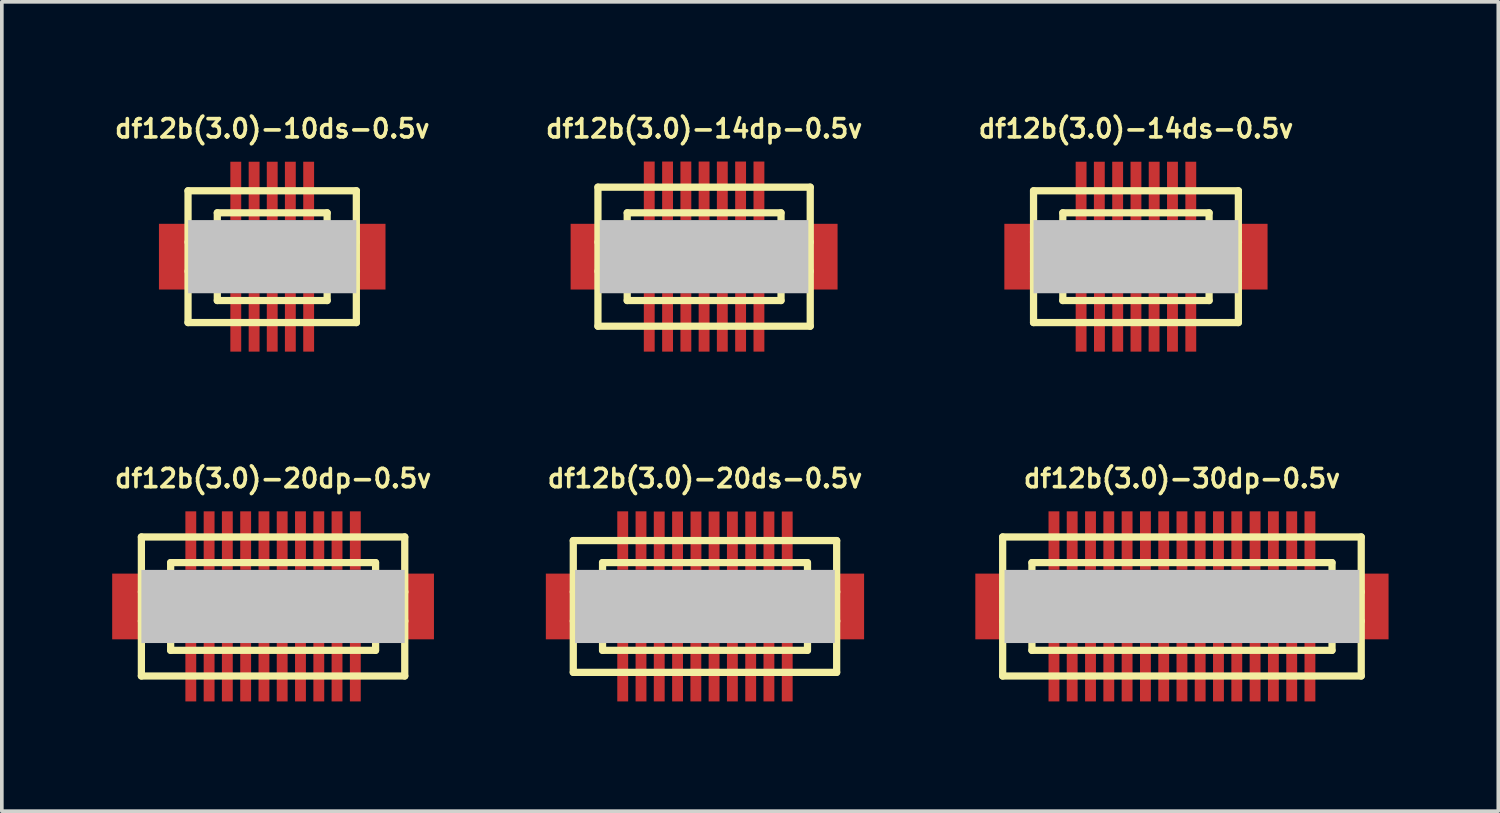
<source format=kicad_pcb>
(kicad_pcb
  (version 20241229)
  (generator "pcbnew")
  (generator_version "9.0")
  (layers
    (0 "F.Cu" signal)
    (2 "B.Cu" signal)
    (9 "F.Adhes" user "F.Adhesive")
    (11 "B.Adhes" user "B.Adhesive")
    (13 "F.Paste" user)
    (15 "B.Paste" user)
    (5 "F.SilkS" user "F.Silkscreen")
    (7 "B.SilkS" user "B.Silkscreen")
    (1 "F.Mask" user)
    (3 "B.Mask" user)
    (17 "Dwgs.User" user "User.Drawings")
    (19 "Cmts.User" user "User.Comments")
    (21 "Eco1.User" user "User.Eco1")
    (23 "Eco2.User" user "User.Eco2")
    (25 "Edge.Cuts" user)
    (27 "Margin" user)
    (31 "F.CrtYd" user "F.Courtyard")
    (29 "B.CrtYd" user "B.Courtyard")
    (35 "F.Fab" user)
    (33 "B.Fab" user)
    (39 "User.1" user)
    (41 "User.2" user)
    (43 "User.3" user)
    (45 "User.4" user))
  (footprint "df12b(3.0)-14dp-0.5v"
    (layer "F.Cu")
    (at 16.193 3.965)
    (property "Reference" "df12b(3.0)-14dp-0.5v" (at 0 -3.5 0) (layer "F.SilkS") (effects (font (size 0.498 0.498) (thickness 0.099))))
    (attr smd)
    (fp_line (start -2.901 -1.9) (end -2.901 1.9) (stroke (width 0.198) (type solid)) (layer "F.SilkS"))
    (fp_line (start -2.901 -1.9) (end 2.901 -1.9) (stroke (width 0.198) (type solid)) (layer "F.SilkS"))
    (fp_line (start -2.101 -0.399) (end -2.901 -0.399) (stroke (width 0.198) (type solid)) (layer "F.SilkS"))
    (fp_line (start -2.101 0.399) (end -2.901 0.399) (stroke (width 0.198) (type solid)) (layer "F.SilkS"))
    (fp_line (start -2.101 1.199) (end -2.101 -1.199) (stroke (width 0.198) (type solid)) (layer "F.SilkS"))
    (fp_line (start -2.101 1.199) (end 2.101 1.199) (stroke (width 0.198) (type solid)) (layer "F.SilkS"))
    (fp_line (start 2.101 -1.199) (end -2.101 -1.199) (stroke (width 0.198) (type solid)) (layer "F.SilkS"))
    (fp_line (start 2.103 -1.199) (end 2.103 1.199) (stroke (width 0.198) (type solid)) (layer "F.SilkS"))
    (fp_line (start 2.103 -0.399) (end 2.903 -0.399) (stroke (width 0.198) (type solid)) (layer "F.SilkS"))
    (fp_line (start 2.901 1.9) (end -2.901 1.9) (stroke (width 0.198) (type solid)) (layer "F.SilkS"))
    (fp_line (start 2.901 1.9) (end 2.901 -1.9) (stroke (width 0.198) (type solid)) (layer "F.SilkS"))
    (fp_line (start 2.903 0.399) (end 2.103 0.399) (stroke (width 0.198) (type solid)) (layer "F.SilkS"))
    (pad "" smd rect (at -3.249 0) (size 0.798 1.796) (layers "F.Cu" "F.Mask" "F.Paste"))
    (pad "" smd rect (at 0 0) (size 5.7 1.999) (layers "Dwgs.User"))
    (pad "" smd rect (at 3.249 0) (size 0.798 1.796) (layers "F.Cu" "F.Mask" "F.Paste"))
    (pad "1" smd rect (at 1.499 1.796) (size 0.297 1.598) (layers "F.Cu" "F.Mask" "F.Paste"))
    (pad "2" smd rect (at 0.998 1.796) (size 0.297 1.598) (layers "F.Cu" "F.Mask" "F.Paste"))
    (pad "3" smd rect (at 0.498 1.796) (size 0.297 1.598) (layers "F.Cu" "F.Mask" "F.Paste"))
    (pad "4" smd rect (at 0 1.796) (size 0.297 1.598) (layers "F.Cu" "F.Mask" "F.Paste"))
    (pad "5" smd rect (at -0.498 1.796) (size 0.297 1.598) (layers "F.Cu" "F.Mask" "F.Paste"))
    (pad "6" smd rect (at -0.998 1.796) (size 0.297 1.598) (layers "F.Cu" "F.Mask" "F.Paste"))
    (pad "7" smd rect (at -1.499 1.796) (size 0.297 1.598) (layers "F.Cu" "F.Mask" "F.Paste"))
    (pad "8" smd rect (at -1.499 -1.801) (size 0.297 1.598) (layers "F.Cu" "F.Mask" "F.Paste"))
    (pad "9" smd rect (at -0.998 -1.801) (size 0.297 1.598) (layers "F.Cu" "F.Mask" "F.Paste"))
    (pad "10" smd rect (at -0.498 -1.801) (size 0.297 1.598) (layers "F.Cu" "F.Mask" "F.Paste"))
    (pad "11" smd rect (at 0 -1.801) (size 0.297 1.598) (layers "F.Cu" "F.Mask" "F.Paste"))
    (pad "12" smd rect (at 0.498 -1.801) (size 0.297 1.598) (layers "F.Cu" "F.Mask" "F.Paste"))
    (pad "13" smd rect (at 0.998 -1.801) (size 0.297 1.598) (layers "F.Cu" "F.Mask" "F.Paste"))
    (pad "14" smd rect (at 1.499 -1.801) (size 0.297 1.598) (layers "F.Cu" "F.Mask" "F.Paste")))
  (footprint "df12b(3.0)-20ds-0.5v"
    (layer "F.Cu")
    (at 16.217 13.525)
    (property "Reference" "df12b(3.0)-20ds-0.5v" (at 0 -3.5 0) (layer "F.SilkS") (effects (font (size 0.498 0.498) (thickness 0.099))))
    (attr smd)
    (fp_line (start -3.599 1.801) (end -3.599 -1.801) (stroke (width 0.198) (type solid)) (layer "F.SilkS"))
    (fp_line (start -3.599 1.801) (end 3.599 1.801) (stroke (width 0.198) (type solid)) (layer "F.SilkS"))
    (fp_line (start -2.799 -1.199) (end 2.799 -1.199) (stroke (width 0.198) (type solid)) (layer "F.SilkS"))
    (fp_line (start -2.799 -0.399) (end -3.599 -0.399) (stroke (width 0.198) (type solid)) (layer "F.SilkS"))
    (fp_line (start -2.799 0.399) (end -3.599 0.399) (stroke (width 0.198) (type solid)) (layer "F.SilkS"))
    (fp_line (start -2.799 0.701) (end 2.799 0.701) (stroke (width 0.198) (type solid)) (layer "F.SilkS"))
    (fp_line (start -2.799 1.199) (end -2.799 -1.199) (stroke (width 0.198) (type solid)) (layer "F.SilkS"))
    (fp_line (start 2.799 -0.701) (end -2.799 -0.701) (stroke (width 0.198) (type solid)) (layer "F.SilkS"))
    (fp_line (start 2.799 1.199) (end -2.799 1.199) (stroke (width 0.198) (type solid)) (layer "F.SilkS"))
    (fp_line (start 2.802 -1.199) (end 2.802 1.199) (stroke (width 0.198) (type solid)) (layer "F.SilkS"))
    (fp_line (start 2.802 -0.399) (end 3.602 -0.399) (stroke (width 0.198) (type solid)) (layer "F.SilkS"))
    (fp_line (start 3.599 -1.801) (end -3.599 -1.801) (stroke (width 0.198) (type solid)) (layer "F.SilkS"))
    (fp_line (start 3.599 -1.801) (end 3.599 1.801) (stroke (width 0.198) (type solid)) (layer "F.SilkS"))
    (fp_line (start 3.602 0.399) (end 2.802 0.399) (stroke (width 0.198) (type solid)) (layer "F.SilkS"))
    (pad "" smd rect (at -3.95 0) (size 0.798 1.796) (layers "F.Cu" "F.Mask" "F.Paste"))
    (pad "" smd rect (at 0 0) (size 7.099 1.999) (layers "Dwgs.User"))
    (pad "" smd rect (at 3.95 0) (size 0.798 1.796) (layers "F.Cu" "F.Mask" "F.Paste"))
    (pad "1" smd rect (at -2.248 1.796) (size 0.297 1.598) (layers "F.Cu" "F.Mask" "F.Paste"))
    (pad "2" smd rect (at -1.748 1.796) (size 0.297 1.598) (layers "F.Cu" "F.Mask" "F.Paste"))
    (pad "3" smd rect (at -1.25 1.796) (size 0.297 1.598) (layers "F.Cu" "F.Mask" "F.Paste"))
    (pad "4" smd rect (at -0.749 1.796) (size 0.297 1.598) (layers "F.Cu" "F.Mask" "F.Paste"))
    (pad "5" smd rect (at -0.249 1.796) (size 0.297 1.598) (layers "F.Cu" "F.Mask" "F.Paste"))
    (pad "6" smd rect (at 0.249 1.796) (size 0.297 1.598) (layers "F.Cu" "F.Mask" "F.Paste"))
    (pad "7" smd rect (at 0.749 1.796) (size 0.297 1.598) (layers "F.Cu" "F.Mask" "F.Paste"))
    (pad "8" smd rect (at 1.25 1.796) (size 0.297 1.598) (layers "F.Cu" "F.Mask" "F.Paste"))
    (pad "9" smd rect (at 1.748 1.796) (size 0.297 1.598) (layers "F.Cu" "F.Mask" "F.Paste"))
    (pad "10" smd rect (at 2.248 1.796) (size 0.297 1.598) (layers "F.Cu" "F.Mask" "F.Paste"))
    (pad "11" smd rect (at 2.248 -1.796) (size 0.297 1.598) (layers "F.Cu" "F.Mask" "F.Paste"))
    (pad "12" smd rect (at 1.748 -1.796) (size 0.297 1.598) (layers "F.Cu" "F.Mask" "F.Paste"))
    (pad "13" smd rect (at 1.25 -1.796) (size 0.297 1.598) (layers "F.Cu" "F.Mask" "F.Paste"))
    (pad "14" smd rect (at 0.749 -1.796) (size 0.297 1.598) (layers "F.Cu" "F.Mask" "F.Paste"))
    (pad "15" smd rect (at 0.249 -1.796) (size 0.297 1.598) (layers "F.Cu" "F.Mask" "F.Paste"))
    (pad "16" smd rect (at -0.246 -1.796) (size 0.297 1.598) (layers "F.Cu" "F.Mask" "F.Paste"))
    (pad "17" smd rect (at -0.749 -1.796) (size 0.297 1.598) (layers "F.Cu" "F.Mask" "F.Paste"))
    (pad "18" smd rect (at -1.25 -1.796) (size 0.297 1.598) (layers "F.Cu" "F.Mask" "F.Paste"))
    (pad "19" smd rect (at -1.748 -1.801) (size 0.297 1.598) (layers "F.Cu" "F.Mask" "F.Paste"))
    (pad "20" smd rect (at -2.248 -1.801) (size 0.297 1.598) (layers "F.Cu" "F.Mask" "F.Paste")))
  (footprint "df12b(3.0)-20dp-0.5v"
    (layer "F.Cu")
    (at 4.413 13.525)
    (property "Reference" "df12b(3.0)-20dp-0.5v" (at 0 -3.5 0) (layer "F.SilkS") (effects (font (size 0.498 0.498) (thickness 0.099))))
    (attr smd)
    (fp_line (start -3.599 -1.9) (end -3.599 1.9) (stroke (width 0.198) (type solid)) (layer "F.SilkS"))
    (fp_line (start -3.599 -1.9) (end 3.599 -1.9) (stroke (width 0.198) (type solid)) (layer "F.SilkS"))
    (fp_line (start -2.799 -0.399) (end -3.599 -0.399) (stroke (width 0.198) (type solid)) (layer "F.SilkS"))
    (fp_line (start -2.799 0.399) (end -3.599 0.399) (stroke (width 0.198) (type solid)) (layer "F.SilkS"))
    (fp_line (start -2.799 1.199) (end -2.799 -1.199) (stroke (width 0.198) (type solid)) (layer "F.SilkS"))
    (fp_line (start -2.799 1.199) (end 2.799 1.199) (stroke (width 0.198) (type solid)) (layer "F.SilkS"))
    (fp_line (start 2.799 -1.199) (end -2.799 -1.199) (stroke (width 0.198) (type solid)) (layer "F.SilkS"))
    (fp_line (start 2.802 -1.199) (end 2.802 1.199) (stroke (width 0.198) (type solid)) (layer "F.SilkS"))
    (fp_line (start 2.802 -0.399) (end 3.602 -0.399) (stroke (width 0.198) (type solid)) (layer "F.SilkS"))
    (fp_line (start 3.599 1.9) (end -3.599 1.9) (stroke (width 0.198) (type solid)) (layer "F.SilkS"))
    (fp_line (start 3.599 1.9) (end 3.599 -1.9) (stroke (width 0.198) (type solid)) (layer "F.SilkS"))
    (fp_line (start 3.602 0.399) (end 2.802 0.399) (stroke (width 0.198) (type solid)) (layer "F.SilkS"))
    (pad "" smd rect (at -3.998 0) (size 0.798 1.796) (layers "F.Cu" "F.Mask" "F.Paste"))
    (pad "" smd rect (at 0 0) (size 7.198 1.999) (layers "Dwgs.User"))
    (pad "" smd rect (at 3.998 0) (size 0.798 1.796) (layers "F.Cu" "F.Mask" "F.Paste"))
    (pad "1" smd rect (at 2.248 1.796) (size 0.297 1.598) (layers "F.Cu" "F.Mask" "F.Paste"))
    (pad "2" smd rect (at 1.748 1.796) (size 0.297 1.598) (layers "F.Cu" "F.Mask" "F.Paste"))
    (pad "3" smd rect (at 1.25 1.796) (size 0.297 1.598) (layers "F.Cu" "F.Mask" "F.Paste"))
    (pad "4" smd rect (at 0.749 1.796) (size 0.297 1.598) (layers "F.Cu" "F.Mask" "F.Paste"))
    (pad "5" smd rect (at 0.249 1.796) (size 0.297 1.598) (layers "F.Cu" "F.Mask" "F.Paste"))
    (pad "6" smd rect (at -0.249 1.796) (size 0.297 1.598) (layers "F.Cu" "F.Mask" "F.Paste"))
    (pad "7" smd rect (at -0.749 1.796) (size 0.297 1.598) (layers "F.Cu" "F.Mask" "F.Paste"))
    (pad "8" smd rect (at -1.25 1.796) (size 0.297 1.598) (layers "F.Cu" "F.Mask" "F.Paste"))
    (pad "9" smd rect (at -1.748 1.796) (size 0.297 1.598) (layers "F.Cu" "F.Mask" "F.Paste"))
    (pad "10" smd rect (at -2.248 1.796) (size 0.297 1.598) (layers "F.Cu" "F.Mask" "F.Paste"))
    (pad "11" smd rect (at -2.248 -1.801) (size 0.297 1.598) (layers "F.Cu" "F.Mask" "F.Paste"))
    (pad "12" smd rect (at -1.748 -1.801) (size 0.297 1.598) (layers "F.Cu" "F.Mask" "F.Paste"))
    (pad "13" smd rect (at -1.25 -1.801) (size 0.297 1.598) (layers "F.Cu" "F.Mask" "F.Paste"))
    (pad "14" smd rect (at -0.749 -1.801) (size 0.297 1.598) (layers "F.Cu" "F.Mask" "F.Paste"))
    (pad "15" smd rect (at -0.249 -1.801) (size 0.297 1.598) (layers "F.Cu" "F.Mask" "F.Paste"))
    (pad "16" smd rect (at 0.249 -1.801) (size 0.297 1.598) (layers "F.Cu" "F.Mask" "F.Paste"))
    (pad "17" smd rect (at 0.749 -1.801) (size 0.297 1.598) (layers "F.Cu" "F.Mask" "F.Paste"))
    (pad "18" smd rect (at 1.25 -1.801) (size 0.297 1.598) (layers "F.Cu" "F.Mask" "F.Paste"))
    (pad "19" smd rect (at 1.748 -1.801) (size 0.297 1.598) (layers "F.Cu" "F.Mask" "F.Paste"))
    (pad "20" smd rect (at 2.248 -1.801) (size 0.297 1.598) (layers "F.Cu" "F.Mask" "F.Paste")))
  (footprint "df12b(3.0)-30dp-0.5v"
    (layer "F.Cu")
    (at 29.253 13.525)
    (property "Reference" "df12b(3.0)-30dp-0.5v" (at 0 -3.5 0) (layer "F.SilkS") (effects (font (size 0.498 0.498) (thickness 0.099))))
    (attr smd)
    (fp_line (start -4.9 -1.9) (end -4.9 1.9) (stroke (width 0.198) (type solid)) (layer "F.SilkS"))
    (fp_line (start -4.9 -1.9) (end 4.9 -1.9) (stroke (width 0.198) (type solid)) (layer "F.SilkS"))
    (fp_line (start -4.1 -0.399) (end -4.9 -0.399) (stroke (width 0.198) (type solid)) (layer "F.SilkS"))
    (fp_line (start -4.1 0.399) (end -4.9 0.399) (stroke (width 0.198) (type solid)) (layer "F.SilkS"))
    (fp_line (start -4.1 1.199) (end -4.1 -1.199) (stroke (width 0.198) (type solid)) (layer "F.SilkS"))
    (fp_line (start -4.1 1.199) (end 4.1 1.199) (stroke (width 0.198) (type solid)) (layer "F.SilkS"))
    (fp_line (start 4.1 -1.199) (end -4.1 -1.199) (stroke (width 0.198) (type solid)) (layer "F.SilkS"))
    (fp_line (start 4.102 -1.199) (end 4.102 1.199) (stroke (width 0.198) (type solid)) (layer "F.SilkS"))
    (fp_line (start 4.102 -0.399) (end 4.902 -0.399) (stroke (width 0.198) (type solid)) (layer "F.SilkS"))
    (fp_line (start 4.9 1.9) (end -4.9 1.9) (stroke (width 0.198) (type solid)) (layer "F.SilkS"))
    (fp_line (start 4.9 1.9) (end 4.9 -1.9) (stroke (width 0.198) (type solid)) (layer "F.SilkS"))
    (fp_line (start 4.902 0.399) (end 4.102 0.399) (stroke (width 0.198) (type solid)) (layer "F.SilkS"))
    (pad "" smd rect (at -5.248 0) (size 0.798 1.796) (layers "F.Cu" "F.Mask" "F.Paste"))
    (pad "" smd rect (at 0 0) (size 9.698 1.999) (layers "Dwgs.User"))
    (pad "" smd rect (at 5.248 0) (size 0.798 1.796) (layers "F.Cu" "F.Mask" "F.Paste"))
    (pad "1" smd rect (at 3.498 1.796) (size 0.297 1.598) (layers "F.Cu" "F.Mask" "F.Paste"))
    (pad "2" smd rect (at 3 1.796) (size 0.297 1.598) (layers "F.Cu" "F.Mask" "F.Paste"))
    (pad "3" smd rect (at 2.499 1.796) (size 0.297 1.598) (layers "F.Cu" "F.Mask" "F.Paste"))
    (pad "4" smd rect (at 1.999 1.796) (size 0.297 1.598) (layers "F.Cu" "F.Mask" "F.Paste"))
    (pad "5" smd rect (at 1.499 1.796) (size 0.297 1.598) (layers "F.Cu" "F.Mask" "F.Paste"))
    (pad "6" smd rect (at 0.998 1.796) (size 0.297 1.598) (layers "F.Cu" "F.Mask" "F.Paste"))
    (pad "7" smd rect (at 0.498 1.796) (size 0.297 1.598) (layers "F.Cu" "F.Mask" "F.Paste"))
    (pad "8" smd rect (at 0 1.796) (size 0.297 1.598) (layers "F.Cu" "F.Mask" "F.Paste"))
    (pad "9" smd rect (at -0.498 1.796) (size 0.297 1.598) (layers "F.Cu" "F.Mask" "F.Paste"))
    (pad "10" smd rect (at -0.998 1.796) (size 0.297 1.598) (layers "F.Cu" "F.Mask" "F.Paste"))
    (pad "11" smd rect (at -1.499 1.796) (size 0.297 1.598) (layers "F.Cu" "F.Mask" "F.Paste"))
    (pad "12" smd rect (at -1.999 1.796) (size 0.297 1.598) (layers "F.Cu" "F.Mask" "F.Paste"))
    (pad "13" smd rect (at -2.499 1.796) (size 0.297 1.598) (layers "F.Cu" "F.Mask" "F.Paste"))
    (pad "14" smd rect (at -3 1.796) (size 0.297 1.598) (layers "F.Cu" "F.Mask" "F.Paste"))
    (pad "15" smd rect (at -3.498 1.796) (size 0.297 1.598) (layers "F.Cu" "F.Mask" "F.Paste"))
    (pad "16" smd rect (at -3.498 -1.801) (size 0.297 1.598) (layers "F.Cu" "F.Mask" "F.Paste"))
    (pad "17" smd rect (at -3 -1.801) (size 0.297 1.598) (layers "F.Cu" "F.Mask" "F.Paste"))
    (pad "18" smd rect (at -2.499 -1.801) (size 0.297 1.598) (layers "F.Cu" "F.Mask" "F.Paste"))
    (pad "19" smd rect (at -1.999 -1.801) (size 0.297 1.598) (layers "F.Cu" "F.Mask" "F.Paste"))
    (pad "20" smd rect (at -1.499 -1.801) (size 0.297 1.598) (layers "F.Cu" "F.Mask" "F.Paste"))
    (pad "21" smd rect (at -0.998 -1.801) (size 0.297 1.598) (layers "F.Cu" "F.Mask" "F.Paste"))
    (pad "22" smd rect (at -0.498 -1.801) (size 0.297 1.598) (layers "F.Cu" "F.Mask" "F.Paste"))
    (pad "23" smd rect (at 0 -1.801) (size 0.297 1.598) (layers "F.Cu" "F.Mask" "F.Paste"))
    (pad "24" smd rect (at 0.498 -1.801) (size 0.297 1.598) (layers "F.Cu" "F.Mask" "F.Paste"))
    (pad "25" smd rect (at 0.998 -1.801) (size 0.297 1.598) (layers "F.Cu" "F.Mask" "F.Paste"))
    (pad "26" smd rect (at 1.499 -1.801) (size 0.297 1.598) (layers "F.Cu" "F.Mask" "F.Paste"))
    (pad "27" smd rect (at 1.999 -1.801) (size 0.297 1.598) (layers "F.Cu" "F.Mask" "F.Paste"))
    (pad "28" smd rect (at 2.499 -1.801) (size 0.297 1.598) (layers "F.Cu" "F.Mask" "F.Paste"))
    (pad "29" smd rect (at 3 -1.801) (size 0.297 1.598) (layers "F.Cu" "F.Mask" "F.Paste"))
    (pad "30" smd rect (at 3.498 -1.801) (size 0.297 1.598) (layers "F.Cu" "F.Mask" "F.Paste")))
  (footprint "df12b(3.0)-10ds-0.5v"
    (layer "F.Cu")
    (at 4.39 3.965)
    (property "Reference" "df12b(3.0)-10ds-0.5v" (at 0 -3.5 0) (layer "F.SilkS") (effects (font (size 0.498 0.498) (thickness 0.099))))
    (attr smd)
    (fp_line (start -2.301 -1.801) (end 2.301 -1.801) (stroke (width 0.198) (type solid)) (layer "F.SilkS"))
    (fp_line (start -2.301 1.801) (end -2.301 -1.801) (stroke (width 0.198) (type solid)) (layer "F.SilkS"))
    (fp_line (start -1.501 -1.199) (end 1.501 -1.199) (stroke (width 0.198) (type solid)) (layer "F.SilkS"))
    (fp_line (start -1.501 -0.701) (end 1.501 -0.701) (stroke (width 0.198) (type solid)) (layer "F.SilkS"))
    (fp_line (start -1.501 -0.399) (end -2.301 -0.399) (stroke (width 0.198) (type solid)) (layer "F.SilkS"))
    (fp_line (start -1.501 0.399) (end -2.301 0.399) (stroke (width 0.198) (type solid)) (layer "F.SilkS"))
    (fp_line (start -1.501 1.199) (end -1.501 -1.199) (stroke (width 0.198) (type solid)) (layer "F.SilkS"))
    (fp_line (start 1.501 -1.199) (end 1.501 1.199) (stroke (width 0.198) (type solid)) (layer "F.SilkS"))
    (fp_line (start 1.501 -0.399) (end 2.301 -0.399) (stroke (width 0.198) (type solid)) (layer "F.SilkS"))
    (fp_line (start 1.501 0.701) (end -1.501 0.701) (stroke (width 0.198) (type solid)) (layer "F.SilkS"))
    (fp_line (start 1.501 1.199) (end -1.501 1.199) (stroke (width 0.198) (type solid)) (layer "F.SilkS"))
    (fp_line (start 2.299 -1.801) (end 2.299 1.801) (stroke (width 0.198) (type solid)) (layer "F.SilkS"))
    (fp_line (start 2.301 0.399) (end 1.501 0.399) (stroke (width 0.198) (type solid)) (layer "F.SilkS"))
    (fp_line (start 2.301 1.801) (end -2.301 1.801) (stroke (width 0.198) (type solid)) (layer "F.SilkS"))
    (pad "" smd rect (at -2.697 0) (size 0.798 1.796) (layers "F.Cu" "F.Mask" "F.Paste"))
    (pad "" smd rect (at 0 0) (size 4.597 1.999) (layers "Dwgs.User"))
    (pad "" smd rect (at 2.697 0) (size 0.798 1.796) (layers "F.Cu" "F.Mask" "F.Paste"))
    (pad "1" smd rect (at -0.996 1.796) (size 0.297 1.598) (layers "F.Cu" "F.Mask" "F.Paste"))
    (pad "2" smd rect (at -0.495 1.796) (size 0.297 1.598) (layers "F.Cu" "F.Mask" "F.Paste"))
    (pad "3" smd rect (at 0 1.796) (size 0.297 1.598) (layers "F.Cu" "F.Mask" "F.Paste"))
    (pad "4" smd rect (at 0.495 1.796) (size 0.297 1.598) (layers "F.Cu" "F.Mask" "F.Paste"))
    (pad "5" smd rect (at 0.996 1.796) (size 0.297 1.598) (layers "F.Cu" "F.Mask" "F.Paste"))
    (pad "6" smd rect (at 0.996 -1.796) (size 0.297 1.598) (layers "F.Cu" "F.Mask" "F.Paste"))
    (pad "7" smd rect (at 0.495 -1.796) (size 0.297 1.598) (layers "F.Cu" "F.Mask" "F.Paste"))
    (pad "8" smd rect (at 0 -1.796) (size 0.297 1.598) (layers "F.Cu" "F.Mask" "F.Paste"))
    (pad "9" smd rect (at -0.495 -1.796) (size 0.297 1.598) (layers "F.Cu" "F.Mask" "F.Paste"))
    (pad "10" smd rect (at -0.996 -1.796) (size 0.297 1.598) (layers "F.Cu" "F.Mask" "F.Paste")))
  (footprint "df12b(3.0)-14ds-0.5v"
    (layer "F.Cu")
    (at 27.996 3.965)
    (property "Reference" "df12b(3.0)-14ds-0.5v" (at 0 -3.5 0) (layer "F.SilkS") (effects (font (size 0.498 0.498) (thickness 0.099))))
    (attr smd)
    (fp_line (start -2.799 -1.801) (end 2.799 -1.801) (stroke (width 0.198) (type solid)) (layer "F.SilkS"))
    (fp_line (start -2.799 1.801) (end -2.799 -1.801) (stroke (width 0.198) (type solid)) (layer "F.SilkS"))
    (fp_line (start -1.999 -0.701) (end 1.999 -0.701) (stroke (width 0.198) (type solid)) (layer "F.SilkS"))
    (fp_line (start -1.999 -0.399) (end -2.799 -0.399) (stroke (width 0.198) (type solid)) (layer "F.SilkS"))
    (fp_line (start -1.999 0.399) (end -2.799 0.399) (stroke (width 0.198) (type solid)) (layer "F.SilkS"))
    (fp_line (start -1.999 1.199) (end -1.999 -1.199) (stroke (width 0.198) (type solid)) (layer "F.SilkS"))
    (fp_line (start -1.999 1.199) (end 1.999 1.199) (stroke (width 0.198) (type solid)) (layer "F.SilkS"))
    (fp_line (start 1.999 -1.199) (end -1.999 -1.199) (stroke (width 0.198) (type solid)) (layer "F.SilkS"))
    (fp_line (start 1.999 -1.199) (end 1.999 1.199) (stroke (width 0.198) (type solid)) (layer "F.SilkS"))
    (fp_line (start 1.999 0.701) (end -1.999 0.701) (stroke (width 0.198) (type solid)) (layer "F.SilkS"))
    (fp_line (start 2.002 -0.399) (end 2.802 -0.399) (stroke (width 0.198) (type solid)) (layer "F.SilkS"))
    (fp_line (start 2.799 -1.801) (end 2.799 1.801) (stroke (width 0.198) (type solid)) (layer "F.SilkS"))
    (fp_line (start 2.799 1.801) (end -2.799 1.801) (stroke (width 0.198) (type solid)) (layer "F.SilkS"))
    (fp_line (start 2.802 0.399) (end 2.002 0.399) (stroke (width 0.198) (type solid)) (layer "F.SilkS"))
    (pad "" smd rect (at -3.198 0) (size 0.798 1.796) (layers "F.Cu" "F.Mask" "F.Paste"))
    (pad "" smd rect (at 0 0) (size 5.598 1.999) (layers "Dwgs.User"))
    (pad "" smd rect (at 3.198 0) (size 0.798 1.796) (layers "F.Cu" "F.Mask" "F.Paste"))
    (pad "1" smd rect (at -1.499 1.796) (size 0.297 1.598) (layers "F.Cu" "F.Mask" "F.Paste"))
    (pad "2" smd rect (at -0.998 1.796) (size 0.297 1.598) (layers "F.Cu" "F.Mask" "F.Paste"))
    (pad "3" smd rect (at -0.498 1.796) (size 0.297 1.598) (layers "F.Cu" "F.Mask" "F.Paste"))
    (pad "4" smd rect (at 0 1.796) (size 0.297 1.598) (layers "F.Cu" "F.Mask" "F.Paste"))
    (pad "5" smd rect (at 0.495 1.796) (size 0.297 1.598) (layers "F.Cu" "F.Mask" "F.Paste"))
    (pad "6" smd rect (at 0.998 1.796) (size 0.297 1.598) (layers "F.Cu" "F.Mask" "F.Paste"))
    (pad "7" smd rect (at 1.499 1.796) (size 0.297 1.598) (layers "F.Cu" "F.Mask" "F.Paste"))
    (pad "8" smd rect (at 1.499 -1.796) (size 0.297 1.598) (layers "F.Cu" "F.Mask" "F.Paste"))
    (pad "9" smd rect (at 0.998 -1.796) (size 0.297 1.598) (layers "F.Cu" "F.Mask" "F.Paste"))
    (pad "10" smd rect (at 0.498 -1.796) (size 0.297 1.598) (layers "F.Cu" "F.Mask" "F.Paste"))
    (pad "11" smd rect (at 0 -1.796) (size 0.297 1.598) (layers "F.Cu" "F.Mask" "F.Paste"))
    (pad "12" smd rect (at -0.5 -1.796) (size 0.297 1.598) (layers "F.Cu" "F.Mask" "F.Paste"))
    (pad "13" smd rect (at -1.001 -1.796) (size 0.297 1.598) (layers "F.Cu" "F.Mask" "F.Paste"))
    (pad "14" smd rect (at -1.499 -1.796) (size 0.297 1.598) (layers "F.Cu" "F.Mask" "F.Paste")))
  (gr_rect
    (start -3 -3)
    (end 37.899 19.12)
    (stroke (width 0.1) (type default))
    (fill no)
    (layer "Edge.Cuts")))
</source>
